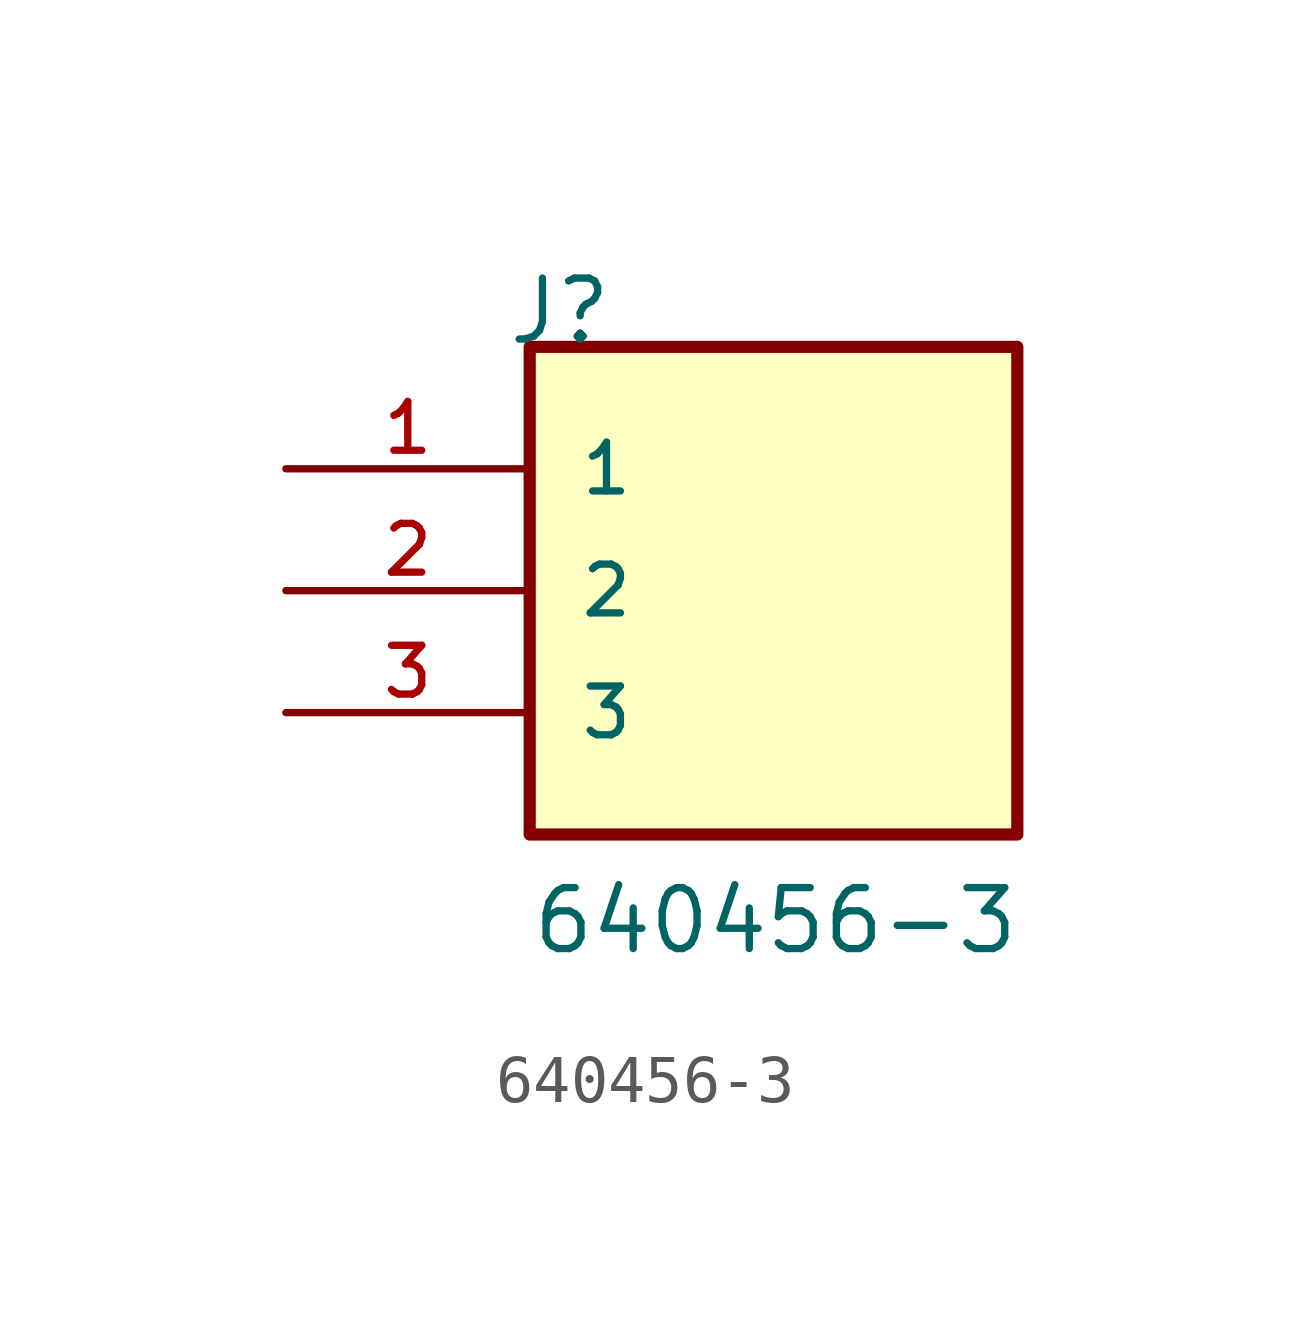
<source format=kicad_sym>
(kicad_symbol_lib
  (version 20211014)
  (generator kicad_symbol_editor)
  (symbol "640456-3"
    (pin_names
      (offset 1.016))
    (property "Reference" "J"
      (at -5.58 5.08 0)
      (effects (font (size 1.27 1.27)) (justify bottom left)))
    (property "Value" "640456-3"
      (at -5.08 -7.62 0)
      (effects (font (size 1.27 1.27)) (justify bottom left)))
    (symbol "640456-3_0_0"
      (rectangle (start -5.08 -5.08) (end 5.08 5.08) (stroke (width 0.254)) (fill (type background)))
      (pin passive line (at -10.16 2.54 0) (length 5.08) (name "1" (effects (font (size 1.016 1.016)))) (number "1" (effects (font (size 1.016 1.016)))))
      (pin passive line (at -10.16 0.0 0) (length 5.08) (name "2" (effects (font (size 1.016 1.016)))) (number "2" (effects (font (size 1.016 1.016)))))
      (pin passive line (at -10.16 -2.54 0) (length 5.08) (name "3" (effects (font (size 1.016 1.016)))) (number "3" (effects (font (size 1.016 1.016))))))))
</source>
